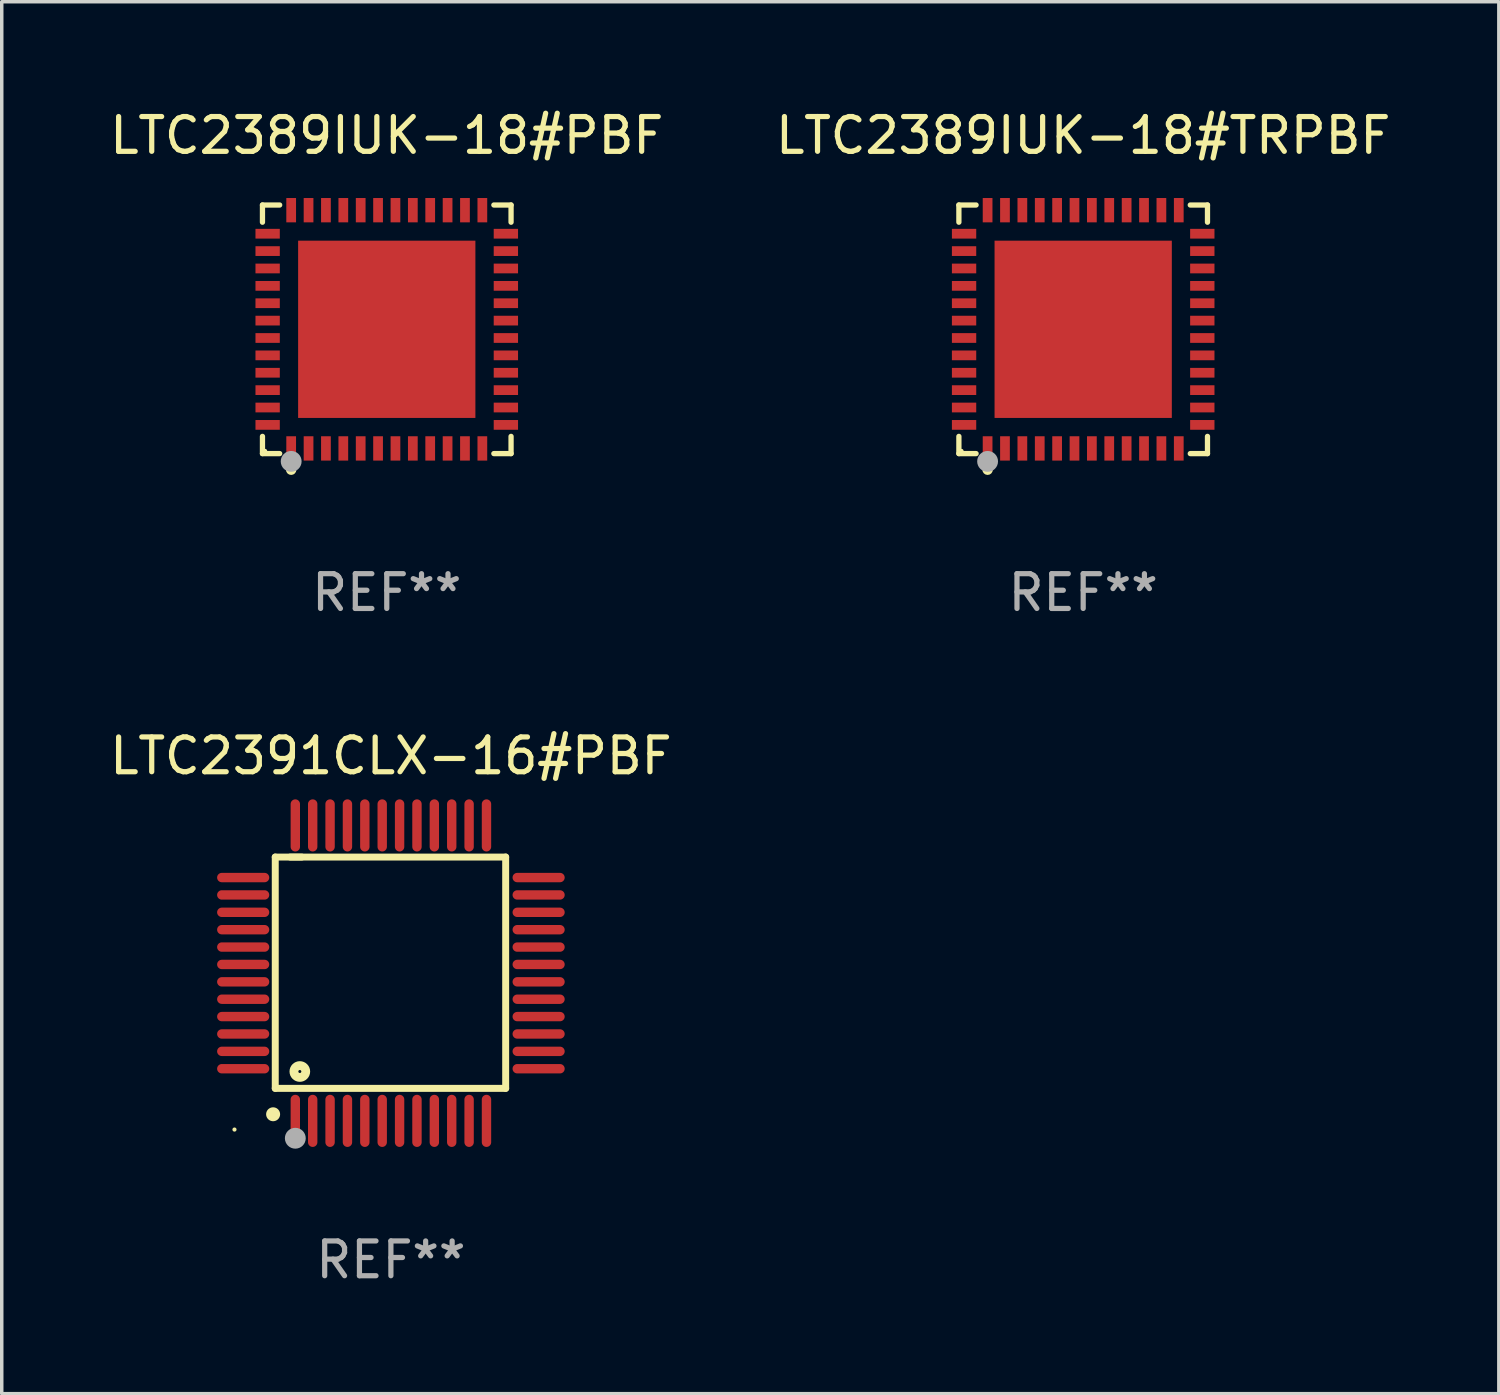
<source format=kicad_pcb>
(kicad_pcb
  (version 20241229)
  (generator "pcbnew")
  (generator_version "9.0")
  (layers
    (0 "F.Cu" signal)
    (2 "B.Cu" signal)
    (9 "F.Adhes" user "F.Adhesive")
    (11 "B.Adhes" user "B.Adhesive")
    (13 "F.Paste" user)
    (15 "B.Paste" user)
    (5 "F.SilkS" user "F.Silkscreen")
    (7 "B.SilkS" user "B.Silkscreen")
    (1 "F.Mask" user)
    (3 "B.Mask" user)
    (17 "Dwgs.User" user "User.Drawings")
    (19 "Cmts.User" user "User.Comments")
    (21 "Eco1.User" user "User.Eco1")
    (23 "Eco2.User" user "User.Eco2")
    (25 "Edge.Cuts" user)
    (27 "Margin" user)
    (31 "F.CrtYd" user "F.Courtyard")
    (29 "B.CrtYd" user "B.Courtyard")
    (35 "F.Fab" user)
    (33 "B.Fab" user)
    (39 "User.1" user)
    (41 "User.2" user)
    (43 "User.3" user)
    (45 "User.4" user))
  (footprint "LTC2391CLX-16#PBF"
    (layer "F.Cu")
    (at 8.196 24.947)
    (property "Reference" "LTC2391CLX-16#PBF" (at 0 -6.25 0) (layer "F.SilkS") (effects (font (size 1 1) (thickness 0.15))))
    (attr through_hole)
    (fp_line (start -3.327 -3.34) (end -2.565 -3.34) (stroke (width 0.2) (type solid)) (layer "F.SilkS"))
    (fp_line (start -3.327 3.315) (end -3.327 -3.34) (stroke (width 0.2) (type solid)) (layer "F.SilkS"))
    (fp_line (start -2.896 -3.34) (end 3.302 -3.34) (stroke (width 0.2) (type solid)) (layer "F.SilkS"))
    (fp_line (start 3.302 -3.34) (end 3.302 3.315) (stroke (width 0.2) (type solid)) (layer "F.SilkS"))
    (fp_line (start 3.302 3.315) (end -3.327 3.315) (stroke (width 0.2) (type solid)) (layer "F.SilkS"))
    (fp_arc (start -3.389992 4.059995) (mid -3.388722 4.059991) (end -3.387452 4.059995) (stroke (width 0.4) (type solid)) (layer "F.SilkS"))
    (fp_circle (center -4.5 4.5) (end -4.47 4.5) (stroke (width 0.06) (type solid)) (fill no) (layer "F.SilkS"))
    (fp_circle (center -2.62 2.83) (end -2.45 2.83) (stroke (width 0.254) (type solid)) (fill no) (layer "F.SilkS"))
    (fp_circle (center -2.75 4.75) (end -2.6 4.75) (stroke (width 0.3) (type solid)) (fill no) (layer "F.Fab"))
    (fp_text user "REF**" (at 0 8.25 0) (layer "F.Fab") (effects (font (size 1 1) (thickness 0.15))))
    (pad "1" smd oval (at -2.75 4.25) (size 0.27 1.5) (layers "F.Cu" "F.Mask" "F.Paste"))
    (pad "2" smd oval (at -2.25 4.25) (size 0.27 1.5) (layers "F.Cu" "F.Mask" "F.Paste"))
    (pad "3" smd oval (at -1.75 4.25) (size 0.27 1.5) (layers "F.Cu" "F.Mask" "F.Paste"))
    (pad "4" smd oval (at -1.25 4.25) (size 0.27 1.5) (layers "F.Cu" "F.Mask" "F.Paste"))
    (pad "5" smd oval (at -0.75 4.25) (size 0.27 1.5) (layers "F.Cu" "F.Mask" "F.Paste"))
    (pad "6" smd oval (at -0.25 4.25) (size 0.27 1.5) (layers "F.Cu" "F.Mask" "F.Paste"))
    (pad "7" smd oval (at 0.25 4.25) (size 0.27 1.5) (layers "F.Cu" "F.Mask" "F.Paste"))
    (pad "8" smd oval (at 0.75 4.25) (size 0.27 1.5) (layers "F.Cu" "F.Mask" "F.Paste"))
    (pad "9" smd oval (at 1.25 4.25) (size 0.27 1.5) (layers "F.Cu" "F.Mask" "F.Paste"))
    (pad "10" smd oval (at 1.75 4.25) (size 0.27 1.5) (layers "F.Cu" "F.Mask" "F.Paste"))
    (pad "11" smd oval (at 2.25 4.25) (size 0.27 1.5) (layers "F.Cu" "F.Mask" "F.Paste"))
    (pad "12" smd oval (at 2.75 4.25) (size 0.27 1.5) (layers "F.Cu" "F.Mask" "F.Paste"))
    (pad "13" smd oval (at 4.25 2.75) (size 1.5 0.27) (layers "F.Cu" "F.Mask" "F.Paste"))
    (pad "14" smd oval (at 4.25 2.25) (size 1.5 0.27) (layers "F.Cu" "F.Mask" "F.Paste"))
    (pad "15" smd oval (at 4.25 1.75) (size 1.5 0.27) (layers "F.Cu" "F.Mask" "F.Paste"))
    (pad "16" smd oval (at 4.25 1.25) (size 1.5 0.27) (layers "F.Cu" "F.Mask" "F.Paste"))
    (pad "17" smd oval (at 4.25 0.75) (size 1.5 0.27) (layers "F.Cu" "F.Mask" "F.Paste"))
    (pad "18" smd oval (at 4.25 0.25) (size 1.5 0.27) (layers "F.Cu" "F.Mask" "F.Paste"))
    (pad "19" smd oval (at 4.25 -0.25) (size 1.5 0.27) (layers "F.Cu" "F.Mask" "F.Paste"))
    (pad "20" smd oval (at 4.25 -0.75) (size 1.5 0.27) (layers "F.Cu" "F.Mask" "F.Paste"))
    (pad "21" smd oval (at 4.25 -1.25) (size 1.5 0.27) (layers "F.Cu" "F.Mask" "F.Paste"))
    (pad "22" smd oval (at 4.25 -1.75) (size 1.5 0.27) (layers "F.Cu" "F.Mask" "F.Paste"))
    (pad "23" smd oval (at 4.25 -2.25) (size 1.5 0.27) (layers "F.Cu" "F.Mask" "F.Paste"))
    (pad "24" smd oval (at 4.25 -2.75) (size 1.5 0.27) (layers "F.Cu" "F.Mask" "F.Paste"))
    (pad "25" smd oval (at 2.75 -4.25) (size 0.27 1.5) (layers "F.Cu" "F.Mask" "F.Paste"))
    (pad "26" smd oval (at 2.25 -4.25) (size 0.27 1.5) (layers "F.Cu" "F.Mask" "F.Paste"))
    (pad "27" smd oval (at 1.75 -4.25) (size 0.27 1.5) (layers "F.Cu" "F.Mask" "F.Paste"))
    (pad "28" smd oval (at 1.25 -4.25) (size 0.27 1.5) (layers "F.Cu" "F.Mask" "F.Paste"))
    (pad "29" smd oval (at 0.75 -4.25) (size 0.27 1.5) (layers "F.Cu" "F.Mask" "F.Paste"))
    (pad "30" smd oval (at 0.25 -4.25) (size 0.27 1.5) (layers "F.Cu" "F.Mask" "F.Paste"))
    (pad "31" smd oval (at -0.25 -4.25) (size 0.27 1.5) (layers "F.Cu" "F.Mask" "F.Paste"))
    (pad "32" smd oval (at -0.75 -4.25) (size 0.27 1.5) (layers "F.Cu" "F.Mask" "F.Paste"))
    (pad "33" smd oval (at -1.25 -4.25) (size 0.27 1.5) (layers "F.Cu" "F.Mask" "F.Paste"))
    (pad "34" smd oval (at -1.75 -4.25) (size 0.27 1.5) (layers "F.Cu" "F.Mask" "F.Paste"))
    (pad "35" smd oval (at -2.25 -4.25) (size 0.27 1.5) (layers "F.Cu" "F.Mask" "F.Paste"))
    (pad "36" smd oval (at -2.75 -4.25) (size 0.27 1.5) (layers "F.Cu" "F.Mask" "F.Paste"))
    (pad "37" smd oval (at -4.25 -2.75) (size 1.5 0.27) (layers "F.Cu" "F.Mask" "F.Paste"))
    (pad "38" smd oval (at -4.25 -2.25) (size 1.5 0.27) (layers "F.Cu" "F.Mask" "F.Paste"))
    (pad "39" smd oval (at -4.25 -1.75) (size 1.5 0.27) (layers "F.Cu" "F.Mask" "F.Paste"))
    (pad "40" smd oval (at -4.25 -1.25) (size 1.5 0.27) (layers "F.Cu" "F.Mask" "F.Paste"))
    (pad "41" smd oval (at -4.25 -0.75) (size 1.5 0.27) (layers "F.Cu" "F.Mask" "F.Paste"))
    (pad "42" smd oval (at -4.25 -0.25) (size 1.5 0.27) (layers "F.Cu" "F.Mask" "F.Paste"))
    (pad "43" smd oval (at -4.25 0.25) (size 1.5 0.27) (layers "F.Cu" "F.Mask" "F.Paste"))
    (pad "44" smd oval (at -4.25 0.75) (size 1.5 0.27) (layers "F.Cu" "F.Mask" "F.Paste"))
    (pad "45" smd oval (at -4.25 1.25) (size 1.5 0.27) (layers "F.Cu" "F.Mask" "F.Paste"))
    (pad "46" smd oval (at -4.25 1.75) (size 1.5 0.27) (layers "F.Cu" "F.Mask" "F.Paste"))
    (pad "47" smd oval (at -4.25 2.25) (size 1.5 0.27) (layers "F.Cu" "F.Mask" "F.Paste"))
    (pad "48" smd oval (at -4.25 2.75) (size 1.5 0.27) (layers "F.Cu" "F.Mask" "F.Paste")))
  (footprint "LTC2389IUK-18#PBF"
    (layer "F.Cu")
    (at 8.077 6.424)
    (property "Reference" "LTC2389IUK-18#PBF" (at 0 -5.576 0) (layer "F.SilkS") (effects (font (size 1 1) (thickness 0.15))))
    (attr through_hole)
    (fp_line (start -3.576 -3.576) (end -3.081 -3.576) (stroke (width 0.152) (type solid)) (layer "F.SilkS"))
    (fp_line (start -3.576 -3.081) (end -3.576 -3.576) (stroke (width 0.152) (type solid)) (layer "F.SilkS"))
    (fp_line (start -3.576 3.081) (end -3.576 3.576) (stroke (width 0.152) (type solid)) (layer "F.SilkS"))
    (fp_line (start -3.576 3.576) (end -3.081 3.576) (stroke (width 0.152) (type solid)) (layer "F.SilkS"))
    (fp_line (start 3.576 -3.576) (end 3.081 -3.576) (stroke (width 0.152) (type solid)) (layer "F.SilkS"))
    (fp_line (start 3.576 -3.081) (end 3.576 -3.576) (stroke (width 0.152) (type solid)) (layer "F.SilkS"))
    (fp_line (start 3.576 3.081) (end 3.576 3.576) (stroke (width 0.152) (type solid)) (layer "F.SilkS"))
    (fp_line (start 3.576 3.576) (end 3.081 3.576) (stroke (width 0.152) (type solid)) (layer "F.SilkS"))
    (fp_circle (center -3.5 3.5) (end -3.47 3.5) (stroke (width 0.06) (type solid)) (fill no) (layer "F.SilkS"))
    (fp_circle (center -2.75 4.04) (end -2.675 4.04) (stroke (width 0.15) (type solid)) (fill no) (layer "F.SilkS"))
    (fp_circle (center -2.75 3.8) (end -2.6 3.8) (stroke (width 0.3) (type solid)) (fill no) (layer "F.Fab"))
    (fp_text user "REF**" (at 0 7.576 0) (layer "F.Fab") (effects (font (size 1 1) (thickness 0.15))))
    (pad "1" smd rect (at -2.75 3.427) (size 0.28 0.7) (layers "F.Cu" "F.Mask" "F.Paste"))
    (pad "2" smd rect (at -2.25 3.427) (size 0.28 0.7) (layers "F.Cu" "F.Mask" "F.Paste"))
    (pad "3" smd rect (at -1.75 3.427) (size 0.28 0.7) (layers "F.Cu" "F.Mask" "F.Paste"))
    (pad "4" smd rect (at -1.25 3.427) (size 0.28 0.7) (layers "F.Cu" "F.Mask" "F.Paste"))
    (pad "5" smd rect (at -0.75 3.427) (size 0.28 0.7) (layers "F.Cu" "F.Mask" "F.Paste"))
    (pad "6" smd rect (at -0.25 3.427) (size 0.28 0.7) (layers "F.Cu" "F.Mask" "F.Paste"))
    (pad "7" smd rect (at 0.25 3.427) (size 0.28 0.7) (layers "F.Cu" "F.Mask" "F.Paste"))
    (pad "8" smd rect (at 0.75 3.427) (size 0.28 0.7) (layers "F.Cu" "F.Mask" "F.Paste"))
    (pad "9" smd rect (at 1.25 3.427) (size 0.28 0.7) (layers "F.Cu" "F.Mask" "F.Paste"))
    (pad "10" smd rect (at 1.75 3.427) (size 0.28 0.7) (layers "F.Cu" "F.Mask" "F.Paste"))
    (pad "11" smd rect (at 2.25 3.427) (size 0.28 0.7) (layers "F.Cu" "F.Mask" "F.Paste"))
    (pad "12" smd rect (at 2.75 3.427) (size 0.28 0.7) (layers "F.Cu" "F.Mask" "F.Paste"))
    (pad "13" smd rect (at 3.427 2.75) (size 0.7 0.28) (layers "F.Cu" "F.Mask" "F.Paste"))
    (pad "14" smd rect (at 3.427 2.25) (size 0.7 0.28) (layers "F.Cu" "F.Mask" "F.Paste"))
    (pad "15" smd rect (at 3.427 1.75) (size 0.7 0.28) (layers "F.Cu" "F.Mask" "F.Paste"))
    (pad "16" smd rect (at 3.427 1.25) (size 0.7 0.28) (layers "F.Cu" "F.Mask" "F.Paste"))
    (pad "17" smd rect (at 3.427 0.75) (size 0.7 0.28) (layers "F.Cu" "F.Mask" "F.Paste"))
    (pad "18" smd rect (at 3.427 0.25) (size 0.7 0.28) (layers "F.Cu" "F.Mask" "F.Paste"))
    (pad "19" smd rect (at 3.427 -0.25) (size 0.7 0.28) (layers "F.Cu" "F.Mask" "F.Paste"))
    (pad "20" smd rect (at 3.427 -0.75) (size 0.7 0.28) (layers "F.Cu" "F.Mask" "F.Paste"))
    (pad "21" smd rect (at 3.427 -1.25) (size 0.7 0.28) (layers "F.Cu" "F.Mask" "F.Paste"))
    (pad "22" smd rect (at 3.427 -1.75) (size 0.7 0.28) (layers "F.Cu" "F.Mask" "F.Paste"))
    (pad "23" smd rect (at 3.427 -2.25) (size 0.7 0.28) (layers "F.Cu" "F.Mask" "F.Paste"))
    (pad "24" smd rect (at 3.427 -2.75) (size 0.7 0.28) (layers "F.Cu" "F.Mask" "F.Paste"))
    (pad "25" smd rect (at 2.75 -3.427) (size 0.28 0.7) (layers "F.Cu" "F.Mask" "F.Paste"))
    (pad "26" smd rect (at 2.25 -3.427) (size 0.28 0.7) (layers "F.Cu" "F.Mask" "F.Paste"))
    (pad "27" smd rect (at 1.75 -3.427) (size 0.28 0.7) (layers "F.Cu" "F.Mask" "F.Paste"))
    (pad "28" smd rect (at 1.25 -3.427) (size 0.28 0.7) (layers "F.Cu" "F.Mask" "F.Paste"))
    (pad "29" smd rect (at 0.75 -3.427) (size 0.28 0.7) (layers "F.Cu" "F.Mask" "F.Paste"))
    (pad "30" smd rect (at 0.25 -3.427) (size 0.28 0.7) (layers "F.Cu" "F.Mask" "F.Paste"))
    (pad "31" smd rect (at -0.25 -3.427) (size 0.28 0.7) (layers "F.Cu" "F.Mask" "F.Paste"))
    (pad "32" smd rect (at -0.75 -3.427) (size 0.28 0.7) (layers "F.Cu" "F.Mask" "F.Paste"))
    (pad "33" smd rect (at -1.25 -3.427) (size 0.28 0.7) (layers "F.Cu" "F.Mask" "F.Paste"))
    (pad "34" smd rect (at -1.75 -3.427) (size 0.28 0.7) (layers "F.Cu" "F.Mask" "F.Paste"))
    (pad "35" smd rect (at -2.25 -3.427) (size 0.28 0.7) (layers "F.Cu" "F.Mask" "F.Paste"))
    (pad "36" smd rect (at -2.75 -3.427) (size 0.28 0.7) (layers "F.Cu" "F.Mask" "F.Paste"))
    (pad "37" smd rect (at -3.427 -2.75) (size 0.7 0.28) (layers "F.Cu" "F.Mask" "F.Paste"))
    (pad "38" smd rect (at -3.427 -2.25) (size 0.7 0.28) (layers "F.Cu" "F.Mask" "F.Paste"))
    (pad "39" smd rect (at -3.427 -1.75) (size 0.7 0.28) (layers "F.Cu" "F.Mask" "F.Paste"))
    (pad "40" smd rect (at -3.427 -1.25) (size 0.7 0.28) (layers "F.Cu" "F.Mask" "F.Paste"))
    (pad "41" smd rect (at -3.427 -0.75) (size 0.7 0.28) (layers "F.Cu" "F.Mask" "F.Paste"))
    (pad "42" smd rect (at -3.427 -0.25) (size 0.7 0.28) (layers "F.Cu" "F.Mask" "F.Paste"))
    (pad "43" smd rect (at -3.427 0.25) (size 0.7 0.28) (layers "F.Cu" "F.Mask" "F.Paste"))
    (pad "44" smd rect (at -3.427 0.75) (size 0.7 0.28) (layers "F.Cu" "F.Mask" "F.Paste"))
    (pad "45" smd rect (at -3.427 1.25) (size 0.7 0.28) (layers "F.Cu" "F.Mask" "F.Paste"))
    (pad "46" smd rect (at -3.427 1.75) (size 0.7 0.28) (layers "F.Cu" "F.Mask" "F.Paste"))
    (pad "47" smd rect (at -3.427 2.25) (size 0.7 0.28) (layers "F.Cu" "F.Mask" "F.Paste"))
    (pad "48" smd rect (at -3.427 2.75) (size 0.7 0.28) (layers "F.Cu" "F.Mask" "F.Paste"))
    (pad "49" smd rect (at 0 0) (size 5.1 5.1) (layers "F.Cu" "F.Mask" "F.Paste")))
  (footprint "LTC2389IUK-18#TRPBF"
    (layer "F.Cu")
    (at 28.113 6.424)
    (property "Reference" "LTC2389IUK-18#TRPBF" (at 0 -5.576 0) (layer "F.SilkS") (effects (font (size 1 1) (thickness 0.15))))
    (attr through_hole)
    (fp_line (start -3.576 -3.576) (end -3.081 -3.576) (stroke (width 0.152) (type solid)) (layer "F.SilkS"))
    (fp_line (start -3.576 -3.081) (end -3.576 -3.576) (stroke (width 0.152) (type solid)) (layer "F.SilkS"))
    (fp_line (start -3.576 3.081) (end -3.576 3.576) (stroke (width 0.152) (type solid)) (layer "F.SilkS"))
    (fp_line (start -3.576 3.576) (end -3.081 3.576) (stroke (width 0.152) (type solid)) (layer "F.SilkS"))
    (fp_line (start 3.576 -3.576) (end 3.081 -3.576) (stroke (width 0.152) (type solid)) (layer "F.SilkS"))
    (fp_line (start 3.576 -3.081) (end 3.576 -3.576) (stroke (width 0.152) (type solid)) (layer "F.SilkS"))
    (fp_line (start 3.576 3.081) (end 3.576 3.576) (stroke (width 0.152) (type solid)) (layer "F.SilkS"))
    (fp_line (start 3.576 3.576) (end 3.081 3.576) (stroke (width 0.152) (type solid)) (layer "F.SilkS"))
    (fp_circle (center -3.5 3.5) (end -3.47 3.5) (stroke (width 0.06) (type solid)) (fill no) (layer "F.SilkS"))
    (fp_circle (center -2.75 4.04) (end -2.675 4.04) (stroke (width 0.15) (type solid)) (fill no) (layer "F.SilkS"))
    (fp_circle (center -2.75 3.8) (end -2.6 3.8) (stroke (width 0.3) (type solid)) (fill no) (layer "F.Fab"))
    (fp_text user "REF**" (at 0 7.576 0) (layer "F.Fab") (effects (font (size 1 1) (thickness 0.15))))
    (pad "1" smd rect (at -2.75 3.427) (size 0.28 0.7) (layers "F.Cu" "F.Mask" "F.Paste"))
    (pad "2" smd rect (at -2.25 3.427) (size 0.28 0.7) (layers "F.Cu" "F.Mask" "F.Paste"))
    (pad "3" smd rect (at -1.75 3.427) (size 0.28 0.7) (layers "F.Cu" "F.Mask" "F.Paste"))
    (pad "4" smd rect (at -1.25 3.427) (size 0.28 0.7) (layers "F.Cu" "F.Mask" "F.Paste"))
    (pad "5" smd rect (at -0.75 3.427) (size 0.28 0.7) (layers "F.Cu" "F.Mask" "F.Paste"))
    (pad "6" smd rect (at -0.25 3.427) (size 0.28 0.7) (layers "F.Cu" "F.Mask" "F.Paste"))
    (pad "7" smd rect (at 0.25 3.427) (size 0.28 0.7) (layers "F.Cu" "F.Mask" "F.Paste"))
    (pad "8" smd rect (at 0.75 3.427) (size 0.28 0.7) (layers "F.Cu" "F.Mask" "F.Paste"))
    (pad "9" smd rect (at 1.25 3.427) (size 0.28 0.7) (layers "F.Cu" "F.Mask" "F.Paste"))
    (pad "10" smd rect (at 1.75 3.427) (size 0.28 0.7) (layers "F.Cu" "F.Mask" "F.Paste"))
    (pad "11" smd rect (at 2.25 3.427) (size 0.28 0.7) (layers "F.Cu" "F.Mask" "F.Paste"))
    (pad "12" smd rect (at 2.75 3.427) (size 0.28 0.7) (layers "F.Cu" "F.Mask" "F.Paste"))
    (pad "13" smd rect (at 3.427 2.75) (size 0.7 0.28) (layers "F.Cu" "F.Mask" "F.Paste"))
    (pad "14" smd rect (at 3.427 2.25) (size 0.7 0.28) (layers "F.Cu" "F.Mask" "F.Paste"))
    (pad "15" smd rect (at 3.427 1.75) (size 0.7 0.28) (layers "F.Cu" "F.Mask" "F.Paste"))
    (pad "16" smd rect (at 3.427 1.25) (size 0.7 0.28) (layers "F.Cu" "F.Mask" "F.Paste"))
    (pad "17" smd rect (at 3.427 0.75) (size 0.7 0.28) (layers "F.Cu" "F.Mask" "F.Paste"))
    (pad "18" smd rect (at 3.427 0.25) (size 0.7 0.28) (layers "F.Cu" "F.Mask" "F.Paste"))
    (pad "19" smd rect (at 3.427 -0.25) (size 0.7 0.28) (layers "F.Cu" "F.Mask" "F.Paste"))
    (pad "20" smd rect (at 3.427 -0.75) (size 0.7 0.28) (layers "F.Cu" "F.Mask" "F.Paste"))
    (pad "21" smd rect (at 3.427 -1.25) (size 0.7 0.28) (layers "F.Cu" "F.Mask" "F.Paste"))
    (pad "22" smd rect (at 3.427 -1.75) (size 0.7 0.28) (layers "F.Cu" "F.Mask" "F.Paste"))
    (pad "23" smd rect (at 3.427 -2.25) (size 0.7 0.28) (layers "F.Cu" "F.Mask" "F.Paste"))
    (pad "24" smd rect (at 3.427 -2.75) (size 0.7 0.28) (layers "F.Cu" "F.Mask" "F.Paste"))
    (pad "25" smd rect (at 2.75 -3.427) (size 0.28 0.7) (layers "F.Cu" "F.Mask" "F.Paste"))
    (pad "26" smd rect (at 2.25 -3.427) (size 0.28 0.7) (layers "F.Cu" "F.Mask" "F.Paste"))
    (pad "27" smd rect (at 1.75 -3.427) (size 0.28 0.7) (layers "F.Cu" "F.Mask" "F.Paste"))
    (pad "28" smd rect (at 1.25 -3.427) (size 0.28 0.7) (layers "F.Cu" "F.Mask" "F.Paste"))
    (pad "29" smd rect (at 0.75 -3.427) (size 0.28 0.7) (layers "F.Cu" "F.Mask" "F.Paste"))
    (pad "30" smd rect (at 0.25 -3.427) (size 0.28 0.7) (layers "F.Cu" "F.Mask" "F.Paste"))
    (pad "31" smd rect (at -0.25 -3.427) (size 0.28 0.7) (layers "F.Cu" "F.Mask" "F.Paste"))
    (pad "32" smd rect (at -0.75 -3.427) (size 0.28 0.7) (layers "F.Cu" "F.Mask" "F.Paste"))
    (pad "33" smd rect (at -1.25 -3.427) (size 0.28 0.7) (layers "F.Cu" "F.Mask" "F.Paste"))
    (pad "34" smd rect (at -1.75 -3.427) (size 0.28 0.7) (layers "F.Cu" "F.Mask" "F.Paste"))
    (pad "35" smd rect (at -2.25 -3.427) (size 0.28 0.7) (layers "F.Cu" "F.Mask" "F.Paste"))
    (pad "36" smd rect (at -2.75 -3.427) (size 0.28 0.7) (layers "F.Cu" "F.Mask" "F.Paste"))
    (pad "37" smd rect (at -3.427 -2.75) (size 0.7 0.28) (layers "F.Cu" "F.Mask" "F.Paste"))
    (pad "38" smd rect (at -3.427 -2.25) (size 0.7 0.28) (layers "F.Cu" "F.Mask" "F.Paste"))
    (pad "39" smd rect (at -3.427 -1.75) (size 0.7 0.28) (layers "F.Cu" "F.Mask" "F.Paste"))
    (pad "40" smd rect (at -3.427 -1.25) (size 0.7 0.28) (layers "F.Cu" "F.Mask" "F.Paste"))
    (pad "41" smd rect (at -3.427 -0.75) (size 0.7 0.28) (layers "F.Cu" "F.Mask" "F.Paste"))
    (pad "42" smd rect (at -3.427 -0.25) (size 0.7 0.28) (layers "F.Cu" "F.Mask" "F.Paste"))
    (pad "43" smd rect (at -3.427 0.25) (size 0.7 0.28) (layers "F.Cu" "F.Mask" "F.Paste"))
    (pad "44" smd rect (at -3.427 0.75) (size 0.7 0.28) (layers "F.Cu" "F.Mask" "F.Paste"))
    (pad "45" smd rect (at -3.427 1.25) (size 0.7 0.28) (layers "F.Cu" "F.Mask" "F.Paste"))
    (pad "46" smd rect (at -3.427 1.75) (size 0.7 0.28) (layers "F.Cu" "F.Mask" "F.Paste"))
    (pad "47" smd rect (at -3.427 2.25) (size 0.7 0.28) (layers "F.Cu" "F.Mask" "F.Paste"))
    (pad "48" smd rect (at -3.427 2.75) (size 0.7 0.28) (layers "F.Cu" "F.Mask" "F.Paste"))
    (pad "49" smd rect (at 0 0) (size 5.1 5.1) (layers "F.Cu" "F.Mask" "F.Paste")))
  (gr_rect
    (start -3 -3)
    (end 40.071 37.045)
    (stroke (width 0.1) (type default))
    (fill no)
    (layer "Edge.Cuts")))
</source>
